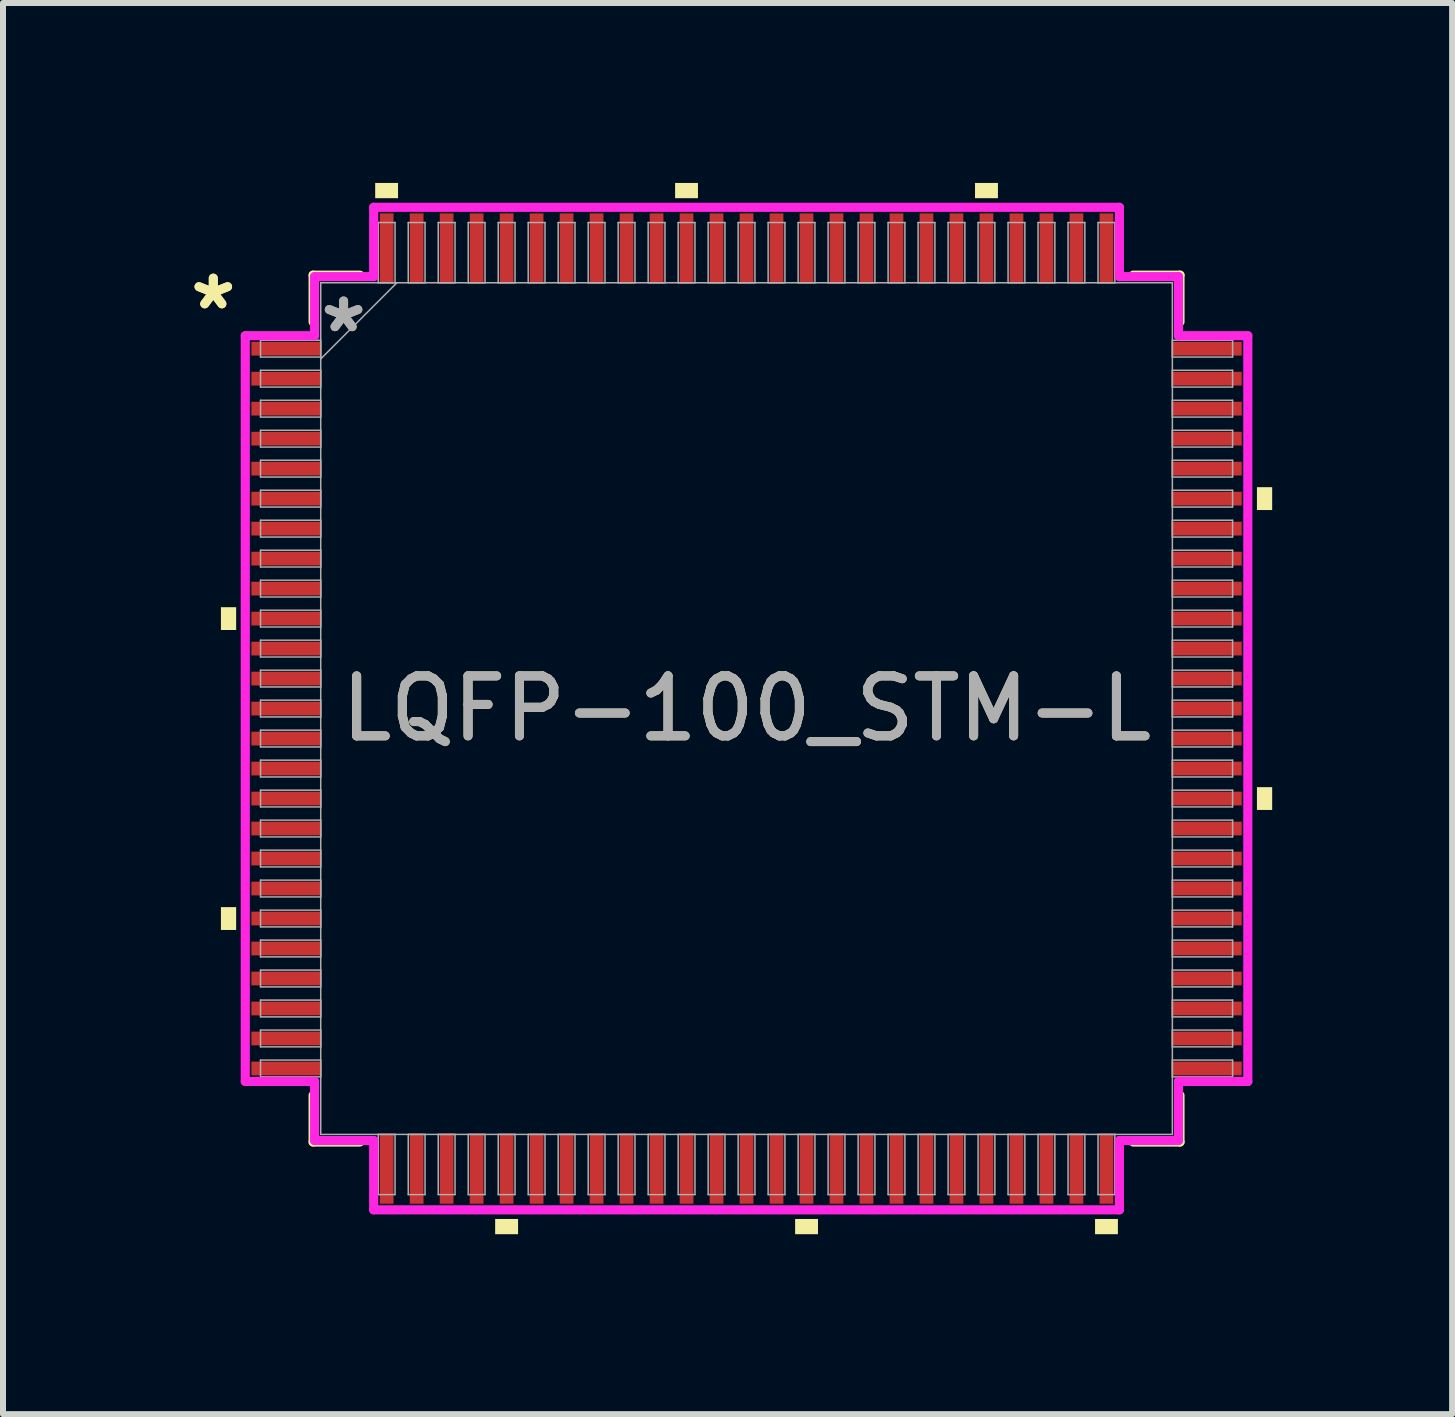
<source format=kicad_pcb>
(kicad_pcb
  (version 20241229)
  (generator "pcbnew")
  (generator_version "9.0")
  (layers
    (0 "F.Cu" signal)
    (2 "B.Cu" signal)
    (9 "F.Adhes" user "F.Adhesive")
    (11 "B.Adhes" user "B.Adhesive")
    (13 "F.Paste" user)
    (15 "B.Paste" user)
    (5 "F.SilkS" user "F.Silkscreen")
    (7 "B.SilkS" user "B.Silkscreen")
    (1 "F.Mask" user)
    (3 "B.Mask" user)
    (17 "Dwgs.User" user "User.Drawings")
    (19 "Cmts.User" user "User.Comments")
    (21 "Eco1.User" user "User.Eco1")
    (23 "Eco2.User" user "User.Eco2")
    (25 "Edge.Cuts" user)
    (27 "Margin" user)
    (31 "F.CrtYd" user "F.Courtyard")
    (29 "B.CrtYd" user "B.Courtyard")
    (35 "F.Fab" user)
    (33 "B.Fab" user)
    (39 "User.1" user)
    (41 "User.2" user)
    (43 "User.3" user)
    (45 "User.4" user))
  (footprint "LQFP-100_STM-L"
    (layer "F.Cu")
    (at 9.396 8.763)
    (property "Reference" "LQFP-100_STM-L" (at 0 0 0) (unlocked yes) (layer "F.SilkS") (effects (font (size 1 1) (thickness 0.15))))
    (attr smd)
    (fp_line (start -7.226 -7.226) (end -7.226 -6.447) (stroke (width 0.152) (type solid)) (layer "F.SilkS"))
    (fp_line (start -7.226 6.447) (end -7.226 7.226) (stroke (width 0.152) (type solid)) (layer "F.SilkS"))
    (fp_line (start -7.226 7.226) (end -6.447 7.226) (stroke (width 0.152) (type solid)) (layer "F.SilkS"))
    (fp_line (start -6.447 -7.226) (end -7.226 -7.226) (stroke (width 0.152) (type solid)) (layer "F.SilkS"))
    (fp_line (start 6.447 7.226) (end 7.226 7.226) (stroke (width 0.152) (type solid)) (layer "F.SilkS"))
    (fp_line (start 7.226 -7.226) (end 6.447 -7.226) (stroke (width 0.152) (type solid)) (layer "F.SilkS"))
    (fp_line (start 7.226 -6.447) (end 7.226 -7.226) (stroke (width 0.152) (type solid)) (layer "F.SilkS"))
    (fp_line (start 7.226 7.226) (end 7.226 6.447) (stroke (width 0.152) (type solid)) (layer "F.SilkS"))
    (fp_poly (pts (xy -8.763 -1.69) (xy -8.763 -1.31) (xy -8.509 -1.31) (xy -8.509 -1.69)) (stroke (width 0) (type solid)) (fill yes) (layer "F.SilkS"))
    (fp_poly (pts (xy -8.763 3.31) (xy -8.763 3.691) (xy -8.509 3.691) (xy -8.509 3.31)) (stroke (width 0) (type solid)) (fill yes) (layer "F.SilkS"))
    (fp_poly (pts (xy -6.191 -8.509) (xy -6.191 -8.763) (xy -5.81 -8.763) (xy -5.81 -8.509)) (stroke (width 0) (type solid)) (fill yes) (layer "F.SilkS"))
    (fp_poly (pts (xy -4.191 8.509) (xy -4.191 8.763) (xy -3.809 8.763) (xy -3.809 8.509)) (stroke (width 0) (type solid)) (fill yes) (layer "F.SilkS"))
    (fp_poly (pts (xy -1.191 -8.509) (xy -1.191 -8.763) (xy -0.81 -8.763) (xy -0.81 -8.509)) (stroke (width 0) (type solid)) (fill yes) (layer "F.SilkS"))
    (fp_poly (pts (xy 0.81 8.509) (xy 0.81 8.763) (xy 1.191 8.763) (xy 1.191 8.509)) (stroke (width 0) (type solid)) (fill yes) (layer "F.SilkS"))
    (fp_poly (pts (xy 3.809 -8.509) (xy 3.809 -8.763) (xy 4.191 -8.763) (xy 4.191 -8.509)) (stroke (width 0) (type solid)) (fill yes) (layer "F.SilkS"))
    (fp_poly (pts (xy 5.81 8.509) (xy 5.81 8.763) (xy 6.191 8.763) (xy 6.191 8.509)) (stroke (width 0) (type solid)) (fill yes) (layer "F.SilkS"))
    (fp_poly (pts (xy 8.763 -3.691) (xy 8.763 -3.31) (xy 8.509 -3.31) (xy 8.509 -3.691)) (stroke (width 0) (type solid)) (fill yes) (layer "F.SilkS"))
    (fp_poly (pts (xy 8.763 1.31) (xy 8.763 1.69) (xy 8.509 1.69) (xy 8.509 1.31)) (stroke (width 0) (type solid)) (fill yes) (layer "F.SilkS"))
    (fp_line (start -8.357 -6.216) (end -7.201 -6.216) (stroke (width 0.152) (type solid)) (layer "F.CrtYd"))
    (fp_line (start -8.357 6.216) (end -8.357 -6.216) (stroke (width 0.152) (type solid)) (layer "F.CrtYd"))
    (fp_line (start -7.201 -7.201) (end -6.216 -7.201) (stroke (width 0.152) (type solid)) (layer "F.CrtYd"))
    (fp_line (start -7.201 -6.216) (end -7.201 -7.201) (stroke (width 0.152) (type solid)) (layer "F.CrtYd"))
    (fp_line (start -7.201 6.216) (end -8.357 6.216) (stroke (width 0.152) (type solid)) (layer "F.CrtYd"))
    (fp_line (start -7.201 7.201) (end -7.201 6.216) (stroke (width 0.152) (type solid)) (layer "F.CrtYd"))
    (fp_line (start -7.201 7.201) (end -6.216 7.201) (stroke (width 0.152) (type solid)) (layer "F.CrtYd"))
    (fp_line (start -6.216 -8.357) (end 6.216 -8.357) (stroke (width 0.152) (type solid)) (layer "F.CrtYd"))
    (fp_line (start -6.216 -7.201) (end -6.216 -8.357) (stroke (width 0.152) (type solid)) (layer "F.CrtYd"))
    (fp_line (start -6.216 7.201) (end -6.216 8.357) (stroke (width 0.152) (type solid)) (layer "F.CrtYd"))
    (fp_line (start -6.216 8.357) (end 6.216 8.357) (stroke (width 0.152) (type solid)) (layer "F.CrtYd"))
    (fp_line (start 6.216 -8.357) (end 6.216 -7.201) (stroke (width 0.152) (type solid)) (layer "F.CrtYd"))
    (fp_line (start 6.216 -7.201) (end 7.201 -7.201) (stroke (width 0.152) (type solid)) (layer "F.CrtYd"))
    (fp_line (start 6.216 7.201) (end 7.201 7.201) (stroke (width 0.152) (type solid)) (layer "F.CrtYd"))
    (fp_line (start 6.216 8.357) (end 6.216 7.201) (stroke (width 0.152) (type solid)) (layer "F.CrtYd"))
    (fp_line (start 7.201 -6.216) (end 7.201 -7.201) (stroke (width 0.152) (type solid)) (layer "F.CrtYd"))
    (fp_line (start 7.201 6.216) (end 8.357 6.216) (stroke (width 0.152) (type solid)) (layer "F.CrtYd"))
    (fp_line (start 7.201 7.201) (end 7.201 6.216) (stroke (width 0.152) (type solid)) (layer "F.CrtYd"))
    (fp_line (start 8.357 -6.216) (end 7.201 -6.216) (stroke (width 0.152) (type solid)) (layer "F.CrtYd"))
    (fp_line (start 8.357 6.216) (end 8.357 -6.216) (stroke (width 0.152) (type solid)) (layer "F.CrtYd"))
    (fp_line (start -8.103 -6.14) (end -8.103 -5.86) (stroke (width 0.025) (type solid)) (layer "F.Fab"))
    (fp_line (start -8.103 -5.86) (end -7.099 -5.86) (stroke (width 0.025) (type solid)) (layer "F.Fab"))
    (fp_line (start -8.103 -5.64) (end -8.103 -5.36) (stroke (width 0.025) (type solid)) (layer "F.Fab"))
    (fp_line (start -8.103 -5.36) (end -7.099 -5.36) (stroke (width 0.025) (type solid)) (layer "F.Fab"))
    (fp_line (start -8.103 -5.14) (end -8.103 -4.86) (stroke (width 0.025) (type solid)) (layer "F.Fab"))
    (fp_line (start -8.103 -4.86) (end -7.099 -4.86) (stroke (width 0.025) (type solid)) (layer "F.Fab"))
    (fp_line (start -8.103 -4.64) (end -8.103 -4.36) (stroke (width 0.025) (type solid)) (layer "F.Fab"))
    (fp_line (start -8.103 -4.36) (end -7.099 -4.36) (stroke (width 0.025) (type solid)) (layer "F.Fab"))
    (fp_line (start -8.103 -4.14) (end -8.103 -3.86) (stroke (width 0.025) (type solid)) (layer "F.Fab"))
    (fp_line (start -8.103 -3.86) (end -7.099 -3.86) (stroke (width 0.025) (type solid)) (layer "F.Fab"))
    (fp_line (start -8.103 -3.64) (end -8.103 -3.36) (stroke (width 0.025) (type solid)) (layer "F.Fab"))
    (fp_line (start -8.103 -3.36) (end -7.099 -3.36) (stroke (width 0.025) (type solid)) (layer "F.Fab"))
    (fp_line (start -8.103 -3.14) (end -8.103 -2.86) (stroke (width 0.025) (type solid)) (layer "F.Fab"))
    (fp_line (start -8.103 -2.86) (end -7.099 -2.86) (stroke (width 0.025) (type solid)) (layer "F.Fab"))
    (fp_line (start -8.103 -2.64) (end -8.103 -2.36) (stroke (width 0.025) (type solid)) (layer "F.Fab"))
    (fp_line (start -8.103 -2.36) (end -7.099 -2.36) (stroke (width 0.025) (type solid)) (layer "F.Fab"))
    (fp_line (start -8.103 -2.14) (end -8.103 -1.86) (stroke (width 0.025) (type solid)) (layer "F.Fab"))
    (fp_line (start -8.103 -1.86) (end -7.099 -1.86) (stroke (width 0.025) (type solid)) (layer "F.Fab"))
    (fp_line (start -8.103 -1.64) (end -8.103 -1.36) (stroke (width 0.025) (type solid)) (layer "F.Fab"))
    (fp_line (start -8.103 -1.36) (end -7.099 -1.36) (stroke (width 0.025) (type solid)) (layer "F.Fab"))
    (fp_line (start -8.103 -1.14) (end -8.103 -0.86) (stroke (width 0.025) (type solid)) (layer "F.Fab"))
    (fp_line (start -8.103 -0.86) (end -7.099 -0.86) (stroke (width 0.025) (type solid)) (layer "F.Fab"))
    (fp_line (start -8.103 -0.64) (end -8.103 -0.36) (stroke (width 0.025) (type solid)) (layer "F.Fab"))
    (fp_line (start -8.103 -0.36) (end -7.099 -0.36) (stroke (width 0.025) (type solid)) (layer "F.Fab"))
    (fp_line (start -8.103 -0.14) (end -8.103 0.14) (stroke (width 0.025) (type solid)) (layer "F.Fab"))
    (fp_line (start -8.103 0.14) (end -7.099 0.14) (stroke (width 0.025) (type solid)) (layer "F.Fab"))
    (fp_line (start -8.103 0.36) (end -8.103 0.64) (stroke (width 0.025) (type solid)) (layer "F.Fab"))
    (fp_line (start -8.103 0.64) (end -7.099 0.64) (stroke (width 0.025) (type solid)) (layer "F.Fab"))
    (fp_line (start -8.103 0.86) (end -8.103 1.14) (stroke (width 0.025) (type solid)) (layer "F.Fab"))
    (fp_line (start -8.103 1.14) (end -7.099 1.14) (stroke (width 0.025) (type solid)) (layer "F.Fab"))
    (fp_line (start -8.103 1.36) (end -8.103 1.64) (stroke (width 0.025) (type solid)) (layer "F.Fab"))
    (fp_line (start -8.103 1.64) (end -7.099 1.64) (stroke (width 0.025) (type solid)) (layer "F.Fab"))
    (fp_line (start -8.103 1.86) (end -8.103 2.14) (stroke (width 0.025) (type solid)) (layer "F.Fab"))
    (fp_line (start -8.103 2.14) (end -7.099 2.14) (stroke (width 0.025) (type solid)) (layer "F.Fab"))
    (fp_line (start -8.103 2.36) (end -8.103 2.64) (stroke (width 0.025) (type solid)) (layer "F.Fab"))
    (fp_line (start -8.103 2.64) (end -7.099 2.64) (stroke (width 0.025) (type solid)) (layer "F.Fab"))
    (fp_line (start -8.103 2.86) (end -8.103 3.14) (stroke (width 0.025) (type solid)) (layer "F.Fab"))
    (fp_line (start -8.103 3.14) (end -7.099 3.14) (stroke (width 0.025) (type solid)) (layer "F.Fab"))
    (fp_line (start -8.103 3.36) (end -8.103 3.64) (stroke (width 0.025) (type solid)) (layer "F.Fab"))
    (fp_line (start -8.103 3.64) (end -7.099 3.64) (stroke (width 0.025) (type solid)) (layer "F.Fab"))
    (fp_line (start -8.103 3.86) (end -8.103 4.14) (stroke (width 0.025) (type solid)) (layer "F.Fab"))
    (fp_line (start -8.103 4.14) (end -7.099 4.14) (stroke (width 0.025) (type solid)) (layer "F.Fab"))
    (fp_line (start -8.103 4.36) (end -8.103 4.64) (stroke (width 0.025) (type solid)) (layer "F.Fab"))
    (fp_line (start -8.103 4.64) (end -7.099 4.64) (stroke (width 0.025) (type solid)) (layer "F.Fab"))
    (fp_line (start -8.103 4.86) (end -8.103 5.14) (stroke (width 0.025) (type solid)) (layer "F.Fab"))
    (fp_line (start -8.103 5.14) (end -7.099 5.14) (stroke (width 0.025) (type solid)) (layer "F.Fab"))
    (fp_line (start -8.103 5.36) (end -8.103 5.64) (stroke (width 0.025) (type solid)) (layer "F.Fab"))
    (fp_line (start -8.103 5.64) (end -7.099 5.64) (stroke (width 0.025) (type solid)) (layer "F.Fab"))
    (fp_line (start -8.103 5.86) (end -8.103 6.14) (stroke (width 0.025) (type solid)) (layer "F.Fab"))
    (fp_line (start -8.103 6.14) (end -7.099 6.14) (stroke (width 0.025) (type solid)) (layer "F.Fab"))
    (fp_line (start -7.099 -7.099) (end -7.099 7.099) (stroke (width 0.025) (type solid)) (layer "F.Fab"))
    (fp_line (start -7.099 -6.14) (end -8.103 -6.14) (stroke (width 0.025) (type solid)) (layer "F.Fab"))
    (fp_line (start -7.099 -5.86) (end -7.099 -6.14) (stroke (width 0.025) (type solid)) (layer "F.Fab"))
    (fp_line (start -7.099 -5.829) (end -5.829 -7.099) (stroke (width 0.025) (type solid)) (layer "F.Fab"))
    (fp_line (start -7.099 -5.64) (end -8.103 -5.64) (stroke (width 0.025) (type solid)) (layer "F.Fab"))
    (fp_line (start -7.099 -5.36) (end -7.099 -5.64) (stroke (width 0.025) (type solid)) (layer "F.Fab"))
    (fp_line (start -7.099 -5.14) (end -8.103 -5.14) (stroke (width 0.025) (type solid)) (layer "F.Fab"))
    (fp_line (start -7.099 -4.86) (end -7.099 -5.14) (stroke (width 0.025) (type solid)) (layer "F.Fab"))
    (fp_line (start -7.099 -4.64) (end -8.103 -4.64) (stroke (width 0.025) (type solid)) (layer "F.Fab"))
    (fp_line (start -7.099 -4.36) (end -7.099 -4.64) (stroke (width 0.025) (type solid)) (layer "F.Fab"))
    (fp_line (start -7.099 -4.14) (end -8.103 -4.14) (stroke (width 0.025) (type solid)) (layer "F.Fab"))
    (fp_line (start -7.099 -3.86) (end -7.099 -4.14) (stroke (width 0.025) (type solid)) (layer "F.Fab"))
    (fp_line (start -7.099 -3.64) (end -8.103 -3.64) (stroke (width 0.025) (type solid)) (layer "F.Fab"))
    (fp_line (start -7.099 -3.36) (end -7.099 -3.64) (stroke (width 0.025) (type solid)) (layer "F.Fab"))
    (fp_line (start -7.099 -3.14) (end -8.103 -3.14) (stroke (width 0.025) (type solid)) (layer "F.Fab"))
    (fp_line (start -7.099 -2.86) (end -7.099 -3.14) (stroke (width 0.025) (type solid)) (layer "F.Fab"))
    (fp_line (start -7.099 -2.64) (end -8.103 -2.64) (stroke (width 0.025) (type solid)) (layer "F.Fab"))
    (fp_line (start -7.099 -2.36) (end -7.099 -2.64) (stroke (width 0.025) (type solid)) (layer "F.Fab"))
    (fp_line (start -7.099 -2.14) (end -8.103 -2.14) (stroke (width 0.025) (type solid)) (layer "F.Fab"))
    (fp_line (start -7.099 -1.86) (end -7.099 -2.14) (stroke (width 0.025) (type solid)) (layer "F.Fab"))
    (fp_line (start -7.099 -1.64) (end -8.103 -1.64) (stroke (width 0.025) (type solid)) (layer "F.Fab"))
    (fp_line (start -7.099 -1.36) (end -7.099 -1.64) (stroke (width 0.025) (type solid)) (layer "F.Fab"))
    (fp_line (start -7.099 -1.14) (end -8.103 -1.14) (stroke (width 0.025) (type solid)) (layer "F.Fab"))
    (fp_line (start -7.099 -0.86) (end -7.099 -1.14) (stroke (width 0.025) (type solid)) (layer "F.Fab"))
    (fp_line (start -7.099 -0.64) (end -8.103 -0.64) (stroke (width 0.025) (type solid)) (layer "F.Fab"))
    (fp_line (start -7.099 -0.36) (end -7.099 -0.64) (stroke (width 0.025) (type solid)) (layer "F.Fab"))
    (fp_line (start -7.099 -0.14) (end -8.103 -0.14) (stroke (width 0.025) (type solid)) (layer "F.Fab"))
    (fp_line (start -7.099 0.14) (end -7.099 -0.14) (stroke (width 0.025) (type solid)) (layer "F.Fab"))
    (fp_line (start -7.099 0.36) (end -8.103 0.36) (stroke (width 0.025) (type solid)) (layer "F.Fab"))
    (fp_line (start -7.099 0.64) (end -7.099 0.36) (stroke (width 0.025) (type solid)) (layer "F.Fab"))
    (fp_line (start -7.099 0.86) (end -8.103 0.86) (stroke (width 0.025) (type solid)) (layer "F.Fab"))
    (fp_line (start -7.099 1.14) (end -7.099 0.86) (stroke (width 0.025) (type solid)) (layer "F.Fab"))
    (fp_line (start -7.099 1.36) (end -8.103 1.36) (stroke (width 0.025) (type solid)) (layer "F.Fab"))
    (fp_line (start -7.099 1.64) (end -7.099 1.36) (stroke (width 0.025) (type solid)) (layer "F.Fab"))
    (fp_line (start -7.099 1.86) (end -8.103 1.86) (stroke (width 0.025) (type solid)) (layer "F.Fab"))
    (fp_line (start -7.099 2.14) (end -7.099 1.86) (stroke (width 0.025) (type solid)) (layer "F.Fab"))
    (fp_line (start -7.099 2.36) (end -8.103 2.36) (stroke (width 0.025) (type solid)) (layer "F.Fab"))
    (fp_line (start -7.099 2.64) (end -7.099 2.36) (stroke (width 0.025) (type solid)) (layer "F.Fab"))
    (fp_line (start -7.099 2.86) (end -8.103 2.86) (stroke (width 0.025) (type solid)) (layer "F.Fab"))
    (fp_line (start -7.099 3.14) (end -7.099 2.86) (stroke (width 0.025) (type solid)) (layer "F.Fab"))
    (fp_line (start -7.099 3.36) (end -8.103 3.36) (stroke (width 0.025) (type solid)) (layer "F.Fab"))
    (fp_line (start -7.099 3.64) (end -7.099 3.36) (stroke (width 0.025) (type solid)) (layer "F.Fab"))
    (fp_line (start -7.099 3.86) (end -8.103 3.86) (stroke (width 0.025) (type solid)) (layer "F.Fab"))
    (fp_line (start -7.099 4.14) (end -7.099 3.86) (stroke (width 0.025) (type solid)) (layer "F.Fab"))
    (fp_line (start -7.099 4.36) (end -8.103 4.36) (stroke (width 0.025) (type solid)) (layer "F.Fab"))
    (fp_line (start -7.099 4.64) (end -7.099 4.36) (stroke (width 0.025) (type solid)) (layer "F.Fab"))
    (fp_line (start -7.099 4.86) (end -8.103 4.86) (stroke (width 0.025) (type solid)) (layer "F.Fab"))
    (fp_line (start -7.099 5.14) (end -7.099 4.86) (stroke (width 0.025) (type solid)) (layer "F.Fab"))
    (fp_line (start -7.099 5.36) (end -8.103 5.36) (stroke (width 0.025) (type solid)) (layer "F.Fab"))
    (fp_line (start -7.099 5.64) (end -7.099 5.36) (stroke (width 0.025) (type solid)) (layer "F.Fab"))
    (fp_line (start -7.099 5.86) (end -8.103 5.86) (stroke (width 0.025) (type solid)) (layer "F.Fab"))
    (fp_line (start -7.099 6.14) (end -7.099 5.86) (stroke (width 0.025) (type solid)) (layer "F.Fab"))
    (fp_line (start -7.099 7.099) (end 7.099 7.099) (stroke (width 0.025) (type solid)) (layer "F.Fab"))
    (fp_line (start -6.14 -8.103) (end -6.14 -7.099) (stroke (width 0.025) (type solid)) (layer "F.Fab"))
    (fp_line (start -6.14 -7.099) (end -5.86 -7.099) (stroke (width 0.025) (type solid)) (layer "F.Fab"))
    (fp_line (start -6.14 7.099) (end -6.14 8.103) (stroke (width 0.025) (type solid)) (layer "F.Fab"))
    (fp_line (start -6.14 8.103) (end -5.86 8.103) (stroke (width 0.025) (type solid)) (layer "F.Fab"))
    (fp_line (start -5.86 -8.103) (end -6.14 -8.103) (stroke (width 0.025) (type solid)) (layer "F.Fab"))
    (fp_line (start -5.86 -7.099) (end -5.86 -8.103) (stroke (width 0.025) (type solid)) (layer "F.Fab"))
    (fp_line (start -5.86 7.099) (end -6.14 7.099) (stroke (width 0.025) (type solid)) (layer "F.Fab"))
    (fp_line (start -5.86 8.103) (end -5.86 7.099) (stroke (width 0.025) (type solid)) (layer "F.Fab"))
    (fp_line (start -5.64 -8.103) (end -5.64 -7.099) (stroke (width 0.025) (type solid)) (layer "F.Fab"))
    (fp_line (start -5.64 -7.099) (end -5.36 -7.099) (stroke (width 0.025) (type solid)) (layer "F.Fab"))
    (fp_line (start -5.64 7.099) (end -5.64 8.103) (stroke (width 0.025) (type solid)) (layer "F.Fab"))
    (fp_line (start -5.64 8.103) (end -5.36 8.103) (stroke (width 0.025) (type solid)) (layer "F.Fab"))
    (fp_line (start -5.36 -8.103) (end -5.64 -8.103) (stroke (width 0.025) (type solid)) (layer "F.Fab"))
    (fp_line (start -5.36 -7.099) (end -5.36 -8.103) (stroke (width 0.025) (type solid)) (layer "F.Fab"))
    (fp_line (start -5.36 7.099) (end -5.64 7.099) (stroke (width 0.025) (type solid)) (layer "F.Fab"))
    (fp_line (start -5.36 8.103) (end -5.36 7.099) (stroke (width 0.025) (type solid)) (layer "F.Fab"))
    (fp_line (start -5.14 -8.103) (end -5.14 -7.099) (stroke (width 0.025) (type solid)) (layer "F.Fab"))
    (fp_line (start -5.14 -7.099) (end -4.86 -7.099) (stroke (width 0.025) (type solid)) (layer "F.Fab"))
    (fp_line (start -5.14 7.099) (end -5.14 8.103) (stroke (width 0.025) (type solid)) (layer "F.Fab"))
    (fp_line (start -5.14 8.103) (end -4.86 8.103) (stroke (width 0.025) (type solid)) (layer "F.Fab"))
    (fp_line (start -4.86 -8.103) (end -5.14 -8.103) (stroke (width 0.025) (type solid)) (layer "F.Fab"))
    (fp_line (start -4.86 -7.099) (end -4.86 -8.103) (stroke (width 0.025) (type solid)) (layer "F.Fab"))
    (fp_line (start -4.86 7.099) (end -5.14 7.099) (stroke (width 0.025) (type solid)) (layer "F.Fab"))
    (fp_line (start -4.86 8.103) (end -4.86 7.099) (stroke (width 0.025) (type solid)) (layer "F.Fab"))
    (fp_line (start -4.64 -8.103) (end -4.64 -7.099) (stroke (width 0.025) (type solid)) (layer "F.Fab"))
    (fp_line (start -4.64 -7.099) (end -4.36 -7.099) (stroke (width 0.025) (type solid)) (layer "F.Fab"))
    (fp_line (start -4.64 7.099) (end -4.64 8.103) (stroke (width 0.025) (type solid)) (layer "F.Fab"))
    (fp_line (start -4.64 8.103) (end -4.36 8.103) (stroke (width 0.025) (type solid)) (layer "F.Fab"))
    (fp_line (start -4.36 -8.103) (end -4.64 -8.103) (stroke (width 0.025) (type solid)) (layer "F.Fab"))
    (fp_line (start -4.36 -7.099) (end -4.36 -8.103) (stroke (width 0.025) (type solid)) (layer "F.Fab"))
    (fp_line (start -4.36 7.099) (end -4.64 7.099) (stroke (width 0.025) (type solid)) (layer "F.Fab"))
    (fp_line (start -4.36 8.103) (end -4.36 7.099) (stroke (width 0.025) (type solid)) (layer "F.Fab"))
    (fp_line (start -4.14 -8.103) (end -4.14 -7.099) (stroke (width 0.025) (type solid)) (layer "F.Fab"))
    (fp_line (start -4.14 -7.099) (end -3.86 -7.099) (stroke (width 0.025) (type solid)) (layer "F.Fab"))
    (fp_line (start -4.14 7.099) (end -4.14 8.103) (stroke (width 0.025) (type solid)) (layer "F.Fab"))
    (fp_line (start -4.14 8.103) (end -3.86 8.103) (stroke (width 0.025) (type solid)) (layer "F.Fab"))
    (fp_line (start -3.86 -8.103) (end -4.14 -8.103) (stroke (width 0.025) (type solid)) (layer "F.Fab"))
    (fp_line (start -3.86 -7.099) (end -3.86 -8.103) (stroke (width 0.025) (type solid)) (layer "F.Fab"))
    (fp_line (start -3.86 7.099) (end -4.14 7.099) (stroke (width 0.025) (type solid)) (layer "F.Fab"))
    (fp_line (start -3.86 8.103) (end -3.86 7.099) (stroke (width 0.025) (type solid)) (layer "F.Fab"))
    (fp_line (start -3.64 -8.103) (end -3.64 -7.099) (stroke (width 0.025) (type solid)) (layer "F.Fab"))
    (fp_line (start -3.64 -7.099) (end -3.36 -7.099) (stroke (width 0.025) (type solid)) (layer "F.Fab"))
    (fp_line (start -3.64 7.099) (end -3.64 8.103) (stroke (width 0.025) (type solid)) (layer "F.Fab"))
    (fp_line (start -3.64 8.103) (end -3.36 8.103) (stroke (width 0.025) (type solid)) (layer "F.Fab"))
    (fp_line (start -3.36 -8.103) (end -3.64 -8.103) (stroke (width 0.025) (type solid)) (layer "F.Fab"))
    (fp_line (start -3.36 -7.099) (end -3.36 -8.103) (stroke (width 0.025) (type solid)) (layer "F.Fab"))
    (fp_line (start -3.36 7.099) (end -3.64 7.099) (stroke (width 0.025) (type solid)) (layer "F.Fab"))
    (fp_line (start -3.36 8.103) (end -3.36 7.099) (stroke (width 0.025) (type solid)) (layer "F.Fab"))
    (fp_line (start -3.14 -8.103) (end -3.14 -7.099) (stroke (width 0.025) (type solid)) (layer "F.Fab"))
    (fp_line (start -3.14 -7.099) (end -2.86 -7.099) (stroke (width 0.025) (type solid)) (layer "F.Fab"))
    (fp_line (start -3.14 7.099) (end -3.14 8.103) (stroke (width 0.025) (type solid)) (layer "F.Fab"))
    (fp_line (start -3.14 8.103) (end -2.86 8.103) (stroke (width 0.025) (type solid)) (layer "F.Fab"))
    (fp_line (start -2.86 -8.103) (end -3.14 -8.103) (stroke (width 0.025) (type solid)) (layer "F.Fab"))
    (fp_line (start -2.86 -7.099) (end -2.86 -8.103) (stroke (width 0.025) (type solid)) (layer "F.Fab"))
    (fp_line (start -2.86 7.099) (end -3.14 7.099) (stroke (width 0.025) (type solid)) (layer "F.Fab"))
    (fp_line (start -2.86 8.103) (end -2.86 7.099) (stroke (width 0.025) (type solid)) (layer "F.Fab"))
    (fp_line (start -2.64 -8.103) (end -2.64 -7.099) (stroke (width 0.025) (type solid)) (layer "F.Fab"))
    (fp_line (start -2.64 -7.099) (end -2.36 -7.099) (stroke (width 0.025) (type solid)) (layer "F.Fab"))
    (fp_line (start -2.64 7.099) (end -2.64 8.103) (stroke (width 0.025) (type solid)) (layer "F.Fab"))
    (fp_line (start -2.64 8.103) (end -2.36 8.103) (stroke (width 0.025) (type solid)) (layer "F.Fab"))
    (fp_line (start -2.36 -8.103) (end -2.64 -8.103) (stroke (width 0.025) (type solid)) (layer "F.Fab"))
    (fp_line (start -2.36 -7.099) (end -2.36 -8.103) (stroke (width 0.025) (type solid)) (layer "F.Fab"))
    (fp_line (start -2.36 7.099) (end -2.64 7.099) (stroke (width 0.025) (type solid)) (layer "F.Fab"))
    (fp_line (start -2.36 8.103) (end -2.36 7.099) (stroke (width 0.025) (type solid)) (layer "F.Fab"))
    (fp_line (start -2.14 -8.103) (end -2.14 -7.099) (stroke (width 0.025) (type solid)) (layer "F.Fab"))
    (fp_line (start -2.14 -7.099) (end -1.86 -7.099) (stroke (width 0.025) (type solid)) (layer "F.Fab"))
    (fp_line (start -2.14 7.099) (end -2.14 8.103) (stroke (width 0.025) (type solid)) (layer "F.Fab"))
    (fp_line (start -2.14 8.103) (end -1.86 8.103) (stroke (width 0.025) (type solid)) (layer "F.Fab"))
    (fp_line (start -1.86 -8.103) (end -2.14 -8.103) (stroke (width 0.025) (type solid)) (layer "F.Fab"))
    (fp_line (start -1.86 -7.099) (end -1.86 -8.103) (stroke (width 0.025) (type solid)) (layer "F.Fab"))
    (fp_line (start -1.86 7.099) (end -2.14 7.099) (stroke (width 0.025) (type solid)) (layer "F.Fab"))
    (fp_line (start -1.86 8.103) (end -1.86 7.099) (stroke (width 0.025) (type solid)) (layer "F.Fab"))
    (fp_line (start -1.64 -8.103) (end -1.64 -7.099) (stroke (width 0.025) (type solid)) (layer "F.Fab"))
    (fp_line (start -1.64 -7.099) (end -1.36 -7.099) (stroke (width 0.025) (type solid)) (layer "F.Fab"))
    (fp_line (start -1.64 7.099) (end -1.64 8.103) (stroke (width 0.025) (type solid)) (layer "F.Fab"))
    (fp_line (start -1.64 8.103) (end -1.36 8.103) (stroke (width 0.025) (type solid)) (layer "F.Fab"))
    (fp_line (start -1.36 -8.103) (end -1.64 -8.103) (stroke (width 0.025) (type solid)) (layer "F.Fab"))
    (fp_line (start -1.36 -7.099) (end -1.36 -8.103) (stroke (width 0.025) (type solid)) (layer "F.Fab"))
    (fp_line (start -1.36 7.099) (end -1.64 7.099) (stroke (width 0.025) (type solid)) (layer "F.Fab"))
    (fp_line (start -1.36 8.103) (end -1.36 7.099) (stroke (width 0.025) (type solid)) (layer "F.Fab"))
    (fp_line (start -1.14 -8.103) (end -1.14 -7.099) (stroke (width 0.025) (type solid)) (layer "F.Fab"))
    (fp_line (start -1.14 -7.099) (end -0.86 -7.099) (stroke (width 0.025) (type solid)) (layer "F.Fab"))
    (fp_line (start -1.14 7.099) (end -1.14 8.103) (stroke (width 0.025) (type solid)) (layer "F.Fab"))
    (fp_line (start -1.14 8.103) (end -0.86 8.103) (stroke (width 0.025) (type solid)) (layer "F.Fab"))
    (fp_line (start -0.86 -8.103) (end -1.14 -8.103) (stroke (width 0.025) (type solid)) (layer "F.Fab"))
    (fp_line (start -0.86 -7.099) (end -0.86 -8.103) (stroke (width 0.025) (type solid)) (layer "F.Fab"))
    (fp_line (start -0.86 7.099) (end -1.14 7.099) (stroke (width 0.025) (type solid)) (layer "F.Fab"))
    (fp_line (start -0.86 8.103) (end -0.86 7.099) (stroke (width 0.025) (type solid)) (layer "F.Fab"))
    (fp_line (start -0.64 -8.103) (end -0.64 -7.099) (stroke (width 0.025) (type solid)) (layer "F.Fab"))
    (fp_line (start -0.64 -7.099) (end -0.36 -7.099) (stroke (width 0.025) (type solid)) (layer "F.Fab"))
    (fp_line (start -0.64 7.099) (end -0.64 8.103) (stroke (width 0.025) (type solid)) (layer "F.Fab"))
    (fp_line (start -0.64 8.103) (end -0.36 8.103) (stroke (width 0.025) (type solid)) (layer "F.Fab"))
    (fp_line (start -0.36 -8.103) (end -0.64 -8.103) (stroke (width 0.025) (type solid)) (layer "F.Fab"))
    (fp_line (start -0.36 -7.099) (end -0.36 -8.103) (stroke (width 0.025) (type solid)) (layer "F.Fab"))
    (fp_line (start -0.36 7.099) (end -0.64 7.099) (stroke (width 0.025) (type solid)) (layer "F.Fab"))
    (fp_line (start -0.36 8.103) (end -0.36 7.099) (stroke (width 0.025) (type solid)) (layer "F.Fab"))
    (fp_line (start -0.14 -8.103) (end -0.14 -7.099) (stroke (width 0.025) (type solid)) (layer "F.Fab"))
    (fp_line (start -0.14 -7.099) (end 0.14 -7.099) (stroke (width 0.025) (type solid)) (layer "F.Fab"))
    (fp_line (start -0.14 7.099) (end -0.14 8.103) (stroke (width 0.025) (type solid)) (layer "F.Fab"))
    (fp_line (start -0.14 8.103) (end 0.14 8.103) (stroke (width 0.025) (type solid)) (layer "F.Fab"))
    (fp_line (start 0.14 -8.103) (end -0.14 -8.103) (stroke (width 0.025) (type solid)) (layer "F.Fab"))
    (fp_line (start 0.14 -7.099) (end 0.14 -8.103) (stroke (width 0.025) (type solid)) (layer "F.Fab"))
    (fp_line (start 0.14 7.099) (end -0.14 7.099) (stroke (width 0.025) (type solid)) (layer "F.Fab"))
    (fp_line (start 0.14 8.103) (end 0.14 7.099) (stroke (width 0.025) (type solid)) (layer "F.Fab"))
    (fp_line (start 0.36 -8.103) (end 0.36 -7.099) (stroke (width 0.025) (type solid)) (layer "F.Fab"))
    (fp_line (start 0.36 -7.099) (end 0.64 -7.099) (stroke (width 0.025) (type solid)) (layer "F.Fab"))
    (fp_line (start 0.36 7.099) (end 0.36 8.103) (stroke (width 0.025) (type solid)) (layer "F.Fab"))
    (fp_line (start 0.36 8.103) (end 0.64 8.103) (stroke (width 0.025) (type solid)) (layer "F.Fab"))
    (fp_line (start 0.64 -8.103) (end 0.36 -8.103) (stroke (width 0.025) (type solid)) (layer "F.Fab"))
    (fp_line (start 0.64 -7.099) (end 0.64 -8.103) (stroke (width 0.025) (type solid)) (layer "F.Fab"))
    (fp_line (start 0.64 7.099) (end 0.36 7.099) (stroke (width 0.025) (type solid)) (layer "F.Fab"))
    (fp_line (start 0.64 8.103) (end 0.64 7.099) (stroke (width 0.025) (type solid)) (layer "F.Fab"))
    (fp_line (start 0.86 -8.103) (end 0.86 -7.099) (stroke (width 0.025) (type solid)) (layer "F.Fab"))
    (fp_line (start 0.86 -7.099) (end 1.14 -7.099) (stroke (width 0.025) (type solid)) (layer "F.Fab"))
    (fp_line (start 0.86 7.099) (end 0.86 8.103) (stroke (width 0.025) (type solid)) (layer "F.Fab"))
    (fp_line (start 0.86 8.103) (end 1.14 8.103) (stroke (width 0.025) (type solid)) (layer "F.Fab"))
    (fp_line (start 1.14 -8.103) (end 0.86 -8.103) (stroke (width 0.025) (type solid)) (layer "F.Fab"))
    (fp_line (start 1.14 -7.099) (end 1.14 -8.103) (stroke (width 0.025) (type solid)) (layer "F.Fab"))
    (fp_line (start 1.14 7.099) (end 0.86 7.099) (stroke (width 0.025) (type solid)) (layer "F.Fab"))
    (fp_line (start 1.14 8.103) (end 1.14 7.099) (stroke (width 0.025) (type solid)) (layer "F.Fab"))
    (fp_line (start 1.36 -8.103) (end 1.36 -7.099) (stroke (width 0.025) (type solid)) (layer "F.Fab"))
    (fp_line (start 1.36 -7.099) (end 1.64 -7.099) (stroke (width 0.025) (type solid)) (layer "F.Fab"))
    (fp_line (start 1.36 7.099) (end 1.36 8.103) (stroke (width 0.025) (type solid)) (layer "F.Fab"))
    (fp_line (start 1.36 8.103) (end 1.64 8.103) (stroke (width 0.025) (type solid)) (layer "F.Fab"))
    (fp_line (start 1.64 -8.103) (end 1.36 -8.103) (stroke (width 0.025) (type solid)) (layer "F.Fab"))
    (fp_line (start 1.64 -7.099) (end 1.64 -8.103) (stroke (width 0.025) (type solid)) (layer "F.Fab"))
    (fp_line (start 1.64 7.099) (end 1.36 7.099) (stroke (width 0.025) (type solid)) (layer "F.Fab"))
    (fp_line (start 1.64 8.103) (end 1.64 7.099) (stroke (width 0.025) (type solid)) (layer "F.Fab"))
    (fp_line (start 1.86 -8.103) (end 1.86 -7.099) (stroke (width 0.025) (type solid)) (layer "F.Fab"))
    (fp_line (start 1.86 -7.099) (end 2.14 -7.099) (stroke (width 0.025) (type solid)) (layer "F.Fab"))
    (fp_line (start 1.86 7.099) (end 1.86 8.103) (stroke (width 0.025) (type solid)) (layer "F.Fab"))
    (fp_line (start 1.86 8.103) (end 2.14 8.103) (stroke (width 0.025) (type solid)) (layer "F.Fab"))
    (fp_line (start 2.14 -8.103) (end 1.86 -8.103) (stroke (width 0.025) (type solid)) (layer "F.Fab"))
    (fp_line (start 2.14 -7.099) (end 2.14 -8.103) (stroke (width 0.025) (type solid)) (layer "F.Fab"))
    (fp_line (start 2.14 7.099) (end 1.86 7.099) (stroke (width 0.025) (type solid)) (layer "F.Fab"))
    (fp_line (start 2.14 8.103) (end 2.14 7.099) (stroke (width 0.025) (type solid)) (layer "F.Fab"))
    (fp_line (start 2.36 -8.103) (end 2.36 -7.099) (stroke (width 0.025) (type solid)) (layer "F.Fab"))
    (fp_line (start 2.36 -7.099) (end 2.64 -7.099) (stroke (width 0.025) (type solid)) (layer "F.Fab"))
    (fp_line (start 2.36 7.099) (end 2.36 8.103) (stroke (width 0.025) (type solid)) (layer "F.Fab"))
    (fp_line (start 2.36 8.103) (end 2.64 8.103) (stroke (width 0.025) (type solid)) (layer "F.Fab"))
    (fp_line (start 2.64 -8.103) (end 2.36 -8.103) (stroke (width 0.025) (type solid)) (layer "F.Fab"))
    (fp_line (start 2.64 -7.099) (end 2.64 -8.103) (stroke (width 0.025) (type solid)) (layer "F.Fab"))
    (fp_line (start 2.64 7.099) (end 2.36 7.099) (stroke (width 0.025) (type solid)) (layer "F.Fab"))
    (fp_line (start 2.64 8.103) (end 2.64 7.099) (stroke (width 0.025) (type solid)) (layer "F.Fab"))
    (fp_line (start 2.86 -8.103) (end 2.86 -7.099) (stroke (width 0.025) (type solid)) (layer "F.Fab"))
    (fp_line (start 2.86 -7.099) (end 3.14 -7.099) (stroke (width 0.025) (type solid)) (layer "F.Fab"))
    (fp_line (start 2.86 7.099) (end 2.86 8.103) (stroke (width 0.025) (type solid)) (layer "F.Fab"))
    (fp_line (start 2.86 8.103) (end 3.14 8.103) (stroke (width 0.025) (type solid)) (layer "F.Fab"))
    (fp_line (start 3.14 -8.103) (end 2.86 -8.103) (stroke (width 0.025) (type solid)) (layer "F.Fab"))
    (fp_line (start 3.14 -7.099) (end 3.14 -8.103) (stroke (width 0.025) (type solid)) (layer "F.Fab"))
    (fp_line (start 3.14 7.099) (end 2.86 7.099) (stroke (width 0.025) (type solid)) (layer "F.Fab"))
    (fp_line (start 3.14 8.103) (end 3.14 7.099) (stroke (width 0.025) (type solid)) (layer "F.Fab"))
    (fp_line (start 3.36 -8.103) (end 3.36 -7.099) (stroke (width 0.025) (type solid)) (layer "F.Fab"))
    (fp_line (start 3.36 -7.099) (end 3.64 -7.099) (stroke (width 0.025) (type solid)) (layer "F.Fab"))
    (fp_line (start 3.36 7.099) (end 3.36 8.103) (stroke (width 0.025) (type solid)) (layer "F.Fab"))
    (fp_line (start 3.36 8.103) (end 3.64 8.103) (stroke (width 0.025) (type solid)) (layer "F.Fab"))
    (fp_line (start 3.64 -8.103) (end 3.36 -8.103) (stroke (width 0.025) (type solid)) (layer "F.Fab"))
    (fp_line (start 3.64 -7.099) (end 3.64 -8.103) (stroke (width 0.025) (type solid)) (layer "F.Fab"))
    (fp_line (start 3.64 7.099) (end 3.36 7.099) (stroke (width 0.025) (type solid)) (layer "F.Fab"))
    (fp_line (start 3.64 8.103) (end 3.64 7.099) (stroke (width 0.025) (type solid)) (layer "F.Fab"))
    (fp_line (start 3.86 -8.103) (end 3.86 -7.099) (stroke (width 0.025) (type solid)) (layer "F.Fab"))
    (fp_line (start 3.86 -7.099) (end 4.14 -7.099) (stroke (width 0.025) (type solid)) (layer "F.Fab"))
    (fp_line (start 3.86 7.099) (end 3.86 8.103) (stroke (width 0.025) (type solid)) (layer "F.Fab"))
    (fp_line (start 3.86 8.103) (end 4.14 8.103) (stroke (width 0.025) (type solid)) (layer "F.Fab"))
    (fp_line (start 4.14 -8.103) (end 3.86 -8.103) (stroke (width 0.025) (type solid)) (layer "F.Fab"))
    (fp_line (start 4.14 -7.099) (end 4.14 -8.103) (stroke (width 0.025) (type solid)) (layer "F.Fab"))
    (fp_line (start 4.14 7.099) (end 3.86 7.099) (stroke (width 0.025) (type solid)) (layer "F.Fab"))
    (fp_line (start 4.14 8.103) (end 4.14 7.099) (stroke (width 0.025) (type solid)) (layer "F.Fab"))
    (fp_line (start 4.36 -8.103) (end 4.36 -7.099) (stroke (width 0.025) (type solid)) (layer "F.Fab"))
    (fp_line (start 4.36 -7.099) (end 4.64 -7.099) (stroke (width 0.025) (type solid)) (layer "F.Fab"))
    (fp_line (start 4.36 7.099) (end 4.36 8.103) (stroke (width 0.025) (type solid)) (layer "F.Fab"))
    (fp_line (start 4.36 8.103) (end 4.64 8.103) (stroke (width 0.025) (type solid)) (layer "F.Fab"))
    (fp_line (start 4.64 -8.103) (end 4.36 -8.103) (stroke (width 0.025) (type solid)) (layer "F.Fab"))
    (fp_line (start 4.64 -7.099) (end 4.64 -8.103) (stroke (width 0.025) (type solid)) (layer "F.Fab"))
    (fp_line (start 4.64 7.099) (end 4.36 7.099) (stroke (width 0.025) (type solid)) (layer "F.Fab"))
    (fp_line (start 4.64 8.103) (end 4.64 7.099) (stroke (width 0.025) (type solid)) (layer "F.Fab"))
    (fp_line (start 4.86 -8.103) (end 4.86 -7.099) (stroke (width 0.025) (type solid)) (layer "F.Fab"))
    (fp_line (start 4.86 -7.099) (end 5.14 -7.099) (stroke (width 0.025) (type solid)) (layer "F.Fab"))
    (fp_line (start 4.86 7.099) (end 4.86 8.103) (stroke (width 0.025) (type solid)) (layer "F.Fab"))
    (fp_line (start 4.86 8.103) (end 5.14 8.103) (stroke (width 0.025) (type solid)) (layer "F.Fab"))
    (fp_line (start 5.14 -8.103) (end 4.86 -8.103) (stroke (width 0.025) (type solid)) (layer "F.Fab"))
    (fp_line (start 5.14 -7.099) (end 5.14 -8.103) (stroke (width 0.025) (type solid)) (layer "F.Fab"))
    (fp_line (start 5.14 7.099) (end 4.86 7.099) (stroke (width 0.025) (type solid)) (layer "F.Fab"))
    (fp_line (start 5.14 8.103) (end 5.14 7.099) (stroke (width 0.025) (type solid)) (layer "F.Fab"))
    (fp_line (start 5.36 -8.103) (end 5.36 -7.099) (stroke (width 0.025) (type solid)) (layer "F.Fab"))
    (fp_line (start 5.36 -7.099) (end 5.64 -7.099) (stroke (width 0.025) (type solid)) (layer "F.Fab"))
    (fp_line (start 5.36 7.099) (end 5.36 8.103) (stroke (width 0.025) (type solid)) (layer "F.Fab"))
    (fp_line (start 5.36 8.103) (end 5.64 8.103) (stroke (width 0.025) (type solid)) (layer "F.Fab"))
    (fp_line (start 5.64 -8.103) (end 5.36 -8.103) (stroke (width 0.025) (type solid)) (layer "F.Fab"))
    (fp_line (start 5.64 -7.099) (end 5.64 -8.103) (stroke (width 0.025) (type solid)) (layer "F.Fab"))
    (fp_line (start 5.64 7.099) (end 5.36 7.099) (stroke (width 0.025) (type solid)) (layer "F.Fab"))
    (fp_line (start 5.64 8.103) (end 5.64 7.099) (stroke (width 0.025) (type solid)) (layer "F.Fab"))
    (fp_line (start 5.86 -8.103) (end 5.86 -7.099) (stroke (width 0.025) (type solid)) (layer "F.Fab"))
    (fp_line (start 5.86 -7.099) (end 6.14 -7.099) (stroke (width 0.025) (type solid)) (layer "F.Fab"))
    (fp_line (start 5.86 7.099) (end 5.86 8.103) (stroke (width 0.025) (type solid)) (layer "F.Fab"))
    (fp_line (start 5.86 8.103) (end 6.14 8.103) (stroke (width 0.025) (type solid)) (layer "F.Fab"))
    (fp_line (start 6.14 -8.103) (end 5.86 -8.103) (stroke (width 0.025) (type solid)) (layer "F.Fab"))
    (fp_line (start 6.14 -7.099) (end 6.14 -8.103) (stroke (width 0.025) (type solid)) (layer "F.Fab"))
    (fp_line (start 6.14 7.099) (end 5.86 7.099) (stroke (width 0.025) (type solid)) (layer "F.Fab"))
    (fp_line (start 6.14 8.103) (end 6.14 7.099) (stroke (width 0.025) (type solid)) (layer "F.Fab"))
    (fp_line (start 7.099 -7.099) (end -7.099 -7.099) (stroke (width 0.025) (type solid)) (layer "F.Fab"))
    (fp_line (start 7.099 -6.14) (end 7.099 -5.86) (stroke (width 0.025) (type solid)) (layer "F.Fab"))
    (fp_line (start 7.099 -5.86) (end 8.103 -5.86) (stroke (width 0.025) (type solid)) (layer "F.Fab"))
    (fp_line (start 7.099 -5.64) (end 7.099 -5.36) (stroke (width 0.025) (type solid)) (layer "F.Fab"))
    (fp_line (start 7.099 -5.36) (end 8.103 -5.36) (stroke (width 0.025) (type solid)) (layer "F.Fab"))
    (fp_line (start 7.099 -5.14) (end 7.099 -4.86) (stroke (width 0.025) (type solid)) (layer "F.Fab"))
    (fp_line (start 7.099 -4.86) (end 8.103 -4.86) (stroke (width 0.025) (type solid)) (layer "F.Fab"))
    (fp_line (start 7.099 -4.64) (end 7.099 -4.36) (stroke (width 0.025) (type solid)) (layer "F.Fab"))
    (fp_line (start 7.099 -4.36) (end 8.103 -4.36) (stroke (width 0.025) (type solid)) (layer "F.Fab"))
    (fp_line (start 7.099 -4.14) (end 7.099 -3.86) (stroke (width 0.025) (type solid)) (layer "F.Fab"))
    (fp_line (start 7.099 -3.86) (end 8.103 -3.86) (stroke (width 0.025) (type solid)) (layer "F.Fab"))
    (fp_line (start 7.099 -3.64) (end 7.099 -3.36) (stroke (width 0.025) (type solid)) (layer "F.Fab"))
    (fp_line (start 7.099 -3.36) (end 8.103 -3.36) (stroke (width 0.025) (type solid)) (layer "F.Fab"))
    (fp_line (start 7.099 -3.14) (end 7.099 -2.86) (stroke (width 0.025) (type solid)) (layer "F.Fab"))
    (fp_line (start 7.099 -2.86) (end 8.103 -2.86) (stroke (width 0.025) (type solid)) (layer "F.Fab"))
    (fp_line (start 7.099 -2.64) (end 7.099 -2.36) (stroke (width 0.025) (type solid)) (layer "F.Fab"))
    (fp_line (start 7.099 -2.36) (end 8.103 -2.36) (stroke (width 0.025) (type solid)) (layer "F.Fab"))
    (fp_line (start 7.099 -2.14) (end 7.099 -1.86) (stroke (width 0.025) (type solid)) (layer "F.Fab"))
    (fp_line (start 7.099 -1.86) (end 8.103 -1.86) (stroke (width 0.025) (type solid)) (layer "F.Fab"))
    (fp_line (start 7.099 -1.64) (end 7.099 -1.36) (stroke (width 0.025) (type solid)) (layer "F.Fab"))
    (fp_line (start 7.099 -1.36) (end 8.103 -1.36) (stroke (width 0.025) (type solid)) (layer "F.Fab"))
    (fp_line (start 7.099 -1.14) (end 7.099 -0.86) (stroke (width 0.025) (type solid)) (layer "F.Fab"))
    (fp_line (start 7.099 -0.86) (end 8.103 -0.86) (stroke (width 0.025) (type solid)) (layer "F.Fab"))
    (fp_line (start 7.099 -0.64) (end 7.099 -0.36) (stroke (width 0.025) (type solid)) (layer "F.Fab"))
    (fp_line (start 7.099 -0.36) (end 8.103 -0.36) (stroke (width 0.025) (type solid)) (layer "F.Fab"))
    (fp_line (start 7.099 -0.14) (end 7.099 0.14) (stroke (width 0.025) (type solid)) (layer "F.Fab"))
    (fp_line (start 7.099 0.14) (end 8.103 0.14) (stroke (width 0.025) (type solid)) (layer "F.Fab"))
    (fp_line (start 7.099 0.36) (end 7.099 0.64) (stroke (width 0.025) (type solid)) (layer "F.Fab"))
    (fp_line (start 7.099 0.64) (end 8.103 0.64) (stroke (width 0.025) (type solid)) (layer "F.Fab"))
    (fp_line (start 7.099 0.86) (end 7.099 1.14) (stroke (width 0.025) (type solid)) (layer "F.Fab"))
    (fp_line (start 7.099 1.14) (end 8.103 1.14) (stroke (width 0.025) (type solid)) (layer "F.Fab"))
    (fp_line (start 7.099 1.36) (end 7.099 1.64) (stroke (width 0.025) (type solid)) (layer "F.Fab"))
    (fp_line (start 7.099 1.64) (end 8.103 1.64) (stroke (width 0.025) (type solid)) (layer "F.Fab"))
    (fp_line (start 7.099 1.86) (end 7.099 2.14) (stroke (width 0.025) (type solid)) (layer "F.Fab"))
    (fp_line (start 7.099 2.14) (end 8.103 2.14) (stroke (width 0.025) (type solid)) (layer "F.Fab"))
    (fp_line (start 7.099 2.36) (end 7.099 2.64) (stroke (width 0.025) (type solid)) (layer "F.Fab"))
    (fp_line (start 7.099 2.64) (end 8.103 2.64) (stroke (width 0.025) (type solid)) (layer "F.Fab"))
    (fp_line (start 7.099 2.86) (end 7.099 3.14) (stroke (width 0.025) (type solid)) (layer "F.Fab"))
    (fp_line (start 7.099 3.14) (end 8.103 3.14) (stroke (width 0.025) (type solid)) (layer "F.Fab"))
    (fp_line (start 7.099 3.36) (end 7.099 3.64) (stroke (width 0.025) (type solid)) (layer "F.Fab"))
    (fp_line (start 7.099 3.64) (end 8.103 3.64) (stroke (width 0.025) (type solid)) (layer "F.Fab"))
    (fp_line (start 7.099 3.86) (end 7.099 4.14) (stroke (width 0.025) (type solid)) (layer "F.Fab"))
    (fp_line (start 7.099 4.14) (end 8.103 4.14) (stroke (width 0.025) (type solid)) (layer "F.Fab"))
    (fp_line (start 7.099 4.36) (end 7.099 4.64) (stroke (width 0.025) (type solid)) (layer "F.Fab"))
    (fp_line (start 7.099 4.64) (end 8.103 4.64) (stroke (width 0.025) (type solid)) (layer "F.Fab"))
    (fp_line (start 7.099 4.86) (end 7.099 5.14) (stroke (width 0.025) (type solid)) (layer "F.Fab"))
    (fp_line (start 7.099 5.14) (end 8.103 5.14) (stroke (width 0.025) (type solid)) (layer "F.Fab"))
    (fp_line (start 7.099 5.36) (end 7.099 5.64) (stroke (width 0.025) (type solid)) (layer "F.Fab"))
    (fp_line (start 7.099 5.64) (end 8.103 5.64) (stroke (width 0.025) (type solid)) (layer "F.Fab"))
    (fp_line (start 7.099 5.86) (end 7.099 6.14) (stroke (width 0.025) (type solid)) (layer "F.Fab"))
    (fp_line (start 7.099 6.14) (end 8.103 6.14) (stroke (width 0.025) (type solid)) (layer "F.Fab"))
    (fp_line (start 7.099 7.099) (end 7.099 -7.099) (stroke (width 0.025) (type solid)) (layer "F.Fab"))
    (fp_line (start 8.103 -6.14) (end 7.099 -6.14) (stroke (width 0.025) (type solid)) (layer "F.Fab"))
    (fp_line (start 8.103 -5.86) (end 8.103 -6.14) (stroke (width 0.025) (type solid)) (layer "F.Fab"))
    (fp_line (start 8.103 -5.64) (end 7.099 -5.64) (stroke (width 0.025) (type solid)) (layer "F.Fab"))
    (fp_line (start 8.103 -5.36) (end 8.103 -5.64) (stroke (width 0.025) (type solid)) (layer "F.Fab"))
    (fp_line (start 8.103 -5.14) (end 7.099 -5.14) (stroke (width 0.025) (type solid)) (layer "F.Fab"))
    (fp_line (start 8.103 -4.86) (end 8.103 -5.14) (stroke (width 0.025) (type solid)) (layer "F.Fab"))
    (fp_line (start 8.103 -4.64) (end 7.099 -4.64) (stroke (width 0.025) (type solid)) (layer "F.Fab"))
    (fp_line (start 8.103 -4.36) (end 8.103 -4.64) (stroke (width 0.025) (type solid)) (layer "F.Fab"))
    (fp_line (start 8.103 -4.14) (end 7.099 -4.14) (stroke (width 0.025) (type solid)) (layer "F.Fab"))
    (fp_line (start 8.103 -3.86) (end 8.103 -4.14) (stroke (width 0.025) (type solid)) (layer "F.Fab"))
    (fp_line (start 8.103 -3.64) (end 7.099 -3.64) (stroke (width 0.025) (type solid)) (layer "F.Fab"))
    (fp_line (start 8.103 -3.36) (end 8.103 -3.64) (stroke (width 0.025) (type solid)) (layer "F.Fab"))
    (fp_line (start 8.103 -3.14) (end 7.099 -3.14) (stroke (width 0.025) (type solid)) (layer "F.Fab"))
    (fp_line (start 8.103 -2.86) (end 8.103 -3.14) (stroke (width 0.025) (type solid)) (layer "F.Fab"))
    (fp_line (start 8.103 -2.64) (end 7.099 -2.64) (stroke (width 0.025) (type solid)) (layer "F.Fab"))
    (fp_line (start 8.103 -2.36) (end 8.103 -2.64) (stroke (width 0.025) (type solid)) (layer "F.Fab"))
    (fp_line (start 8.103 -2.14) (end 7.099 -2.14) (stroke (width 0.025) (type solid)) (layer "F.Fab"))
    (fp_line (start 8.103 -1.86) (end 8.103 -2.14) (stroke (width 0.025) (type solid)) (layer "F.Fab"))
    (fp_line (start 8.103 -1.64) (end 7.099 -1.64) (stroke (width 0.025) (type solid)) (layer "F.Fab"))
    (fp_line (start 8.103 -1.36) (end 8.103 -1.64) (stroke (width 0.025) (type solid)) (layer "F.Fab"))
    (fp_line (start 8.103 -1.14) (end 7.099 -1.14) (stroke (width 0.025) (type solid)) (layer "F.Fab"))
    (fp_line (start 8.103 -0.86) (end 8.103 -1.14) (stroke (width 0.025) (type solid)) (layer "F.Fab"))
    (fp_line (start 8.103 -0.64) (end 7.099 -0.64) (stroke (width 0.025) (type solid)) (layer "F.Fab"))
    (fp_line (start 8.103 -0.36) (end 8.103 -0.64) (stroke (width 0.025) (type solid)) (layer "F.Fab"))
    (fp_line (start 8.103 -0.14) (end 7.099 -0.14) (stroke (width 0.025) (type solid)) (layer "F.Fab"))
    (fp_line (start 8.103 0.14) (end 8.103 -0.14) (stroke (width 0.025) (type solid)) (layer "F.Fab"))
    (fp_line (start 8.103 0.36) (end 7.099 0.36) (stroke (width 0.025) (type solid)) (layer "F.Fab"))
    (fp_line (start 8.103 0.64) (end 8.103 0.36) (stroke (width 0.025) (type solid)) (layer "F.Fab"))
    (fp_line (start 8.103 0.86) (end 7.099 0.86) (stroke (width 0.025) (type solid)) (layer "F.Fab"))
    (fp_line (start 8.103 1.14) (end 8.103 0.86) (stroke (width 0.025) (type solid)) (layer "F.Fab"))
    (fp_line (start 8.103 1.36) (end 7.099 1.36) (stroke (width 0.025) (type solid)) (layer "F.Fab"))
    (fp_line (start 8.103 1.64) (end 8.103 1.36) (stroke (width 0.025) (type solid)) (layer "F.Fab"))
    (fp_line (start 8.103 1.86) (end 7.099 1.86) (stroke (width 0.025) (type solid)) (layer "F.Fab"))
    (fp_line (start 8.103 2.14) (end 8.103 1.86) (stroke (width 0.025) (type solid)) (layer "F.Fab"))
    (fp_line (start 8.103 2.36) (end 7.099 2.36) (stroke (width 0.025) (type solid)) (layer "F.Fab"))
    (fp_line (start 8.103 2.64) (end 8.103 2.36) (stroke (width 0.025) (type solid)) (layer "F.Fab"))
    (fp_line (start 8.103 2.86) (end 7.099 2.86) (stroke (width 0.025) (type solid)) (layer "F.Fab"))
    (fp_line (start 8.103 3.14) (end 8.103 2.86) (stroke (width 0.025) (type solid)) (layer "F.Fab"))
    (fp_line (start 8.103 3.36) (end 7.099 3.36) (stroke (width 0.025) (type solid)) (layer "F.Fab"))
    (fp_line (start 8.103 3.64) (end 8.103 3.36) (stroke (width 0.025) (type solid)) (layer "F.Fab"))
    (fp_line (start 8.103 3.86) (end 7.099 3.86) (stroke (width 0.025) (type solid)) (layer "F.Fab"))
    (fp_line (start 8.103 4.14) (end 8.103 3.86) (stroke (width 0.025) (type solid)) (layer "F.Fab"))
    (fp_line (start 8.103 4.36) (end 7.099 4.36) (stroke (width 0.025) (type solid)) (layer "F.Fab"))
    (fp_line (start 8.103 4.64) (end 8.103 4.36) (stroke (width 0.025) (type solid)) (layer "F.Fab"))
    (fp_line (start 8.103 4.86) (end 7.099 4.86) (stroke (width 0.025) (type solid)) (layer "F.Fab"))
    (fp_line (start 8.103 5.14) (end 8.103 4.86) (stroke (width 0.025) (type solid)) (layer "F.Fab"))
    (fp_line (start 8.103 5.36) (end 7.099 5.36) (stroke (width 0.025) (type solid)) (layer "F.Fab"))
    (fp_line (start 8.103 5.64) (end 8.103 5.36) (stroke (width 0.025) (type solid)) (layer "F.Fab"))
    (fp_line (start 8.103 5.86) (end 7.099 5.86) (stroke (width 0.025) (type solid)) (layer "F.Fab"))
    (fp_line (start 8.103 6.14) (end 8.103 5.86) (stroke (width 0.025) (type solid)) (layer "F.Fab"))
    (fp_text user "*" (at -8.89 -6.631 0) (layer "F.SilkS") (effects (font (size 1 1) (thickness 0.15))))
    (fp_text user "*" (at -8.89 -6.631 0) (unlocked yes) (layer "F.SilkS") (effects (font (size 1 1) (thickness 0.15))))
    (fp_text user "*" (at -6.718 -6.25 0) (layer "F.Fab") (effects (font (size 1 1) (thickness 0.15))))
    (fp_text user "${REFERENCE}" (at 0 0 0) (unlocked yes) (layer "F.Fab") (effects (font (size 1 1) (thickness 0.15))))
    (fp_text user "*" (at -6.718 -6.25 0) (unlocked yes) (layer "F.Fab") (effects (font (size 1 1) (thickness 0.15))))
    (pad "1" smd rect (at -7.671 -6 90) (size 0.229 1.168) (layers "F.Cu" "F.Mask" "F.Paste"))
    (pad "2" smd rect (at -7.671 -5.5 90) (size 0.229 1.168) (layers "F.Cu" "F.Mask" "F.Paste"))
    (pad "3" smd rect (at -7.671 -5 90) (size 0.229 1.168) (layers "F.Cu" "F.Mask" "F.Paste"))
    (pad "4" smd rect (at -7.671 -4.5 90) (size 0.229 1.168) (layers "F.Cu" "F.Mask" "F.Paste"))
    (pad "5" smd rect (at -7.671 -4 90) (size 0.229 1.168) (layers "F.Cu" "F.Mask" "F.Paste"))
    (pad "6" smd rect (at -7.671 -3.5 90) (size 0.229 1.168) (layers "F.Cu" "F.Mask" "F.Paste"))
    (pad "7" smd rect (at -7.671 -3 90) (size 0.229 1.168) (layers "F.Cu" "F.Mask" "F.Paste"))
    (pad "8" smd rect (at -7.671 -2.5 90) (size 0.229 1.168) (layers "F.Cu" "F.Mask" "F.Paste"))
    (pad "9" smd rect (at -7.671 -2 90) (size 0.229 1.168) (layers "F.Cu" "F.Mask" "F.Paste"))
    (pad "10" smd rect (at -7.671 -1.5 90) (size 0.229 1.168) (layers "F.Cu" "F.Mask" "F.Paste"))
    (pad "11" smd rect (at -7.671 -1 90) (size 0.229 1.168) (layers "F.Cu" "F.Mask" "F.Paste"))
    (pad "12" smd rect (at -7.671 -0.5 90) (size 0.229 1.168) (layers "F.Cu" "F.Mask" "F.Paste"))
    (pad "13" smd rect (at -7.671 0 90) (size 0.229 1.168) (layers "F.Cu" "F.Mask" "F.Paste"))
    (pad "14" smd rect (at -7.671 0.5 90) (size 0.229 1.168) (layers "F.Cu" "F.Mask" "F.Paste"))
    (pad "15" smd rect (at -7.671 1 90) (size 0.229 1.168) (layers "F.Cu" "F.Mask" "F.Paste"))
    (pad "16" smd rect (at -7.671 1.5 90) (size 0.229 1.168) (layers "F.Cu" "F.Mask" "F.Paste"))
    (pad "17" smd rect (at -7.671 2 90) (size 0.229 1.168) (layers "F.Cu" "F.Mask" "F.Paste"))
    (pad "18" smd rect (at -7.671 2.5 90) (size 0.229 1.168) (layers "F.Cu" "F.Mask" "F.Paste"))
    (pad "19" smd rect (at -7.671 3 90) (size 0.229 1.168) (layers "F.Cu" "F.Mask" "F.Paste"))
    (pad "20" smd rect (at -7.671 3.5 90) (size 0.229 1.168) (layers "F.Cu" "F.Mask" "F.Paste"))
    (pad "21" smd rect (at -7.671 4 90) (size 0.229 1.168) (layers "F.Cu" "F.Mask" "F.Paste"))
    (pad "22" smd rect (at -7.671 4.5 90) (size 0.229 1.168) (layers "F.Cu" "F.Mask" "F.Paste"))
    (pad "23" smd rect (at -7.671 5 90) (size 0.229 1.168) (layers "F.Cu" "F.Mask" "F.Paste"))
    (pad "24" smd rect (at -7.671 5.5 90) (size 0.229 1.168) (layers "F.Cu" "F.Mask" "F.Paste"))
    (pad "25" smd rect (at -7.671 6 90) (size 0.229 1.168) (layers "F.Cu" "F.Mask" "F.Paste"))
    (pad "26" smd rect (at -6 7.671) (size 0.229 1.168) (layers "F.Cu" "F.Mask" "F.Paste"))
    (pad "27" smd rect (at -5.5 7.671) (size 0.229 1.168) (layers "F.Cu" "F.Mask" "F.Paste"))
    (pad "28" smd rect (at -5 7.671) (size 0.229 1.168) (layers "F.Cu" "F.Mask" "F.Paste"))
    (pad "29" smd rect (at -4.5 7.671) (size 0.229 1.168) (layers "F.Cu" "F.Mask" "F.Paste"))
    (pad "30" smd rect (at -4 7.671) (size 0.229 1.168) (layers "F.Cu" "F.Mask" "F.Paste"))
    (pad "31" smd rect (at -3.5 7.671) (size 0.229 1.168) (layers "F.Cu" "F.Mask" "F.Paste"))
    (pad "32" smd rect (at -3 7.671) (size 0.229 1.168) (layers "F.Cu" "F.Mask" "F.Paste"))
    (pad "33" smd rect (at -2.5 7.671) (size 0.229 1.168) (layers "F.Cu" "F.Mask" "F.Paste"))
    (pad "34" smd rect (at -2 7.671) (size 0.229 1.168) (layers "F.Cu" "F.Mask" "F.Paste"))
    (pad "35" smd rect (at -1.5 7.671) (size 0.229 1.168) (layers "F.Cu" "F.Mask" "F.Paste"))
    (pad "36" smd rect (at -1 7.671) (size 0.229 1.168) (layers "F.Cu" "F.Mask" "F.Paste"))
    (pad "37" smd rect (at -0.5 7.671) (size 0.229 1.168) (layers "F.Cu" "F.Mask" "F.Paste"))
    (pad "38" smd rect (at 0 7.671) (size 0.229 1.168) (layers "F.Cu" "F.Mask" "F.Paste"))
    (pad "39" smd rect (at 0.5 7.671) (size 0.229 1.168) (layers "F.Cu" "F.Mask" "F.Paste"))
    (pad "40" smd rect (at 1 7.671) (size 0.229 1.168) (layers "F.Cu" "F.Mask" "F.Paste"))
    (pad "41" smd rect (at 1.5 7.671) (size 0.229 1.168) (layers "F.Cu" "F.Mask" "F.Paste"))
    (pad "42" smd rect (at 2 7.671) (size 0.229 1.168) (layers "F.Cu" "F.Mask" "F.Paste"))
    (pad "43" smd rect (at 2.5 7.671) (size 0.229 1.168) (layers "F.Cu" "F.Mask" "F.Paste"))
    (pad "44" smd rect (at 3 7.671) (size 0.229 1.168) (layers "F.Cu" "F.Mask" "F.Paste"))
    (pad "45" smd rect (at 3.5 7.671) (size 0.229 1.168) (layers "F.Cu" "F.Mask" "F.Paste"))
    (pad "46" smd rect (at 4 7.671) (size 0.229 1.168) (layers "F.Cu" "F.Mask" "F.Paste"))
    (pad "47" smd rect (at 4.5 7.671) (size 0.229 1.168) (layers "F.Cu" "F.Mask" "F.Paste"))
    (pad "48" smd rect (at 5 7.671) (size 0.229 1.168) (layers "F.Cu" "F.Mask" "F.Paste"))
    (pad "49" smd rect (at 5.5 7.671) (size 0.229 1.168) (layers "F.Cu" "F.Mask" "F.Paste"))
    (pad "50" smd rect (at 6 7.671) (size 0.229 1.168) (layers "F.Cu" "F.Mask" "F.Paste"))
    (pad "51" smd rect (at 7.671 6 90) (size 0.229 1.168) (layers "F.Cu" "F.Mask" "F.Paste"))
    (pad "52" smd rect (at 7.671 5.5 90) (size 0.229 1.168) (layers "F.Cu" "F.Mask" "F.Paste"))
    (pad "53" smd rect (at 7.671 5 90) (size 0.229 1.168) (layers "F.Cu" "F.Mask" "F.Paste"))
    (pad "54" smd rect (at 7.671 4.5 90) (size 0.229 1.168) (layers "F.Cu" "F.Mask" "F.Paste"))
    (pad "55" smd rect (at 7.671 4 90) (size 0.229 1.168) (layers "F.Cu" "F.Mask" "F.Paste"))
    (pad "56" smd rect (at 7.671 3.5 90) (size 0.229 1.168) (layers "F.Cu" "F.Mask" "F.Paste"))
    (pad "57" smd rect (at 7.671 3 90) (size 0.229 1.168) (layers "F.Cu" "F.Mask" "F.Paste"))
    (pad "58" smd rect (at 7.671 2.5 90) (size 0.229 1.168) (layers "F.Cu" "F.Mask" "F.Paste"))
    (pad "59" smd rect (at 7.671 2 90) (size 0.229 1.168) (layers "F.Cu" "F.Mask" "F.Paste"))
    (pad "60" smd rect (at 7.671 1.5 90) (size 0.229 1.168) (layers "F.Cu" "F.Mask" "F.Paste"))
    (pad "61" smd rect (at 7.671 1 90) (size 0.229 1.168) (layers "F.Cu" "F.Mask" "F.Paste"))
    (pad "62" smd rect (at 7.671 0.5 90) (size 0.229 1.168) (layers "F.Cu" "F.Mask" "F.Paste"))
    (pad "63" smd rect (at 7.671 0 90) (size 0.229 1.168) (layers "F.Cu" "F.Mask" "F.Paste"))
    (pad "64" smd rect (at 7.671 -0.5 90) (size 0.229 1.168) (layers "F.Cu" "F.Mask" "F.Paste"))
    (pad "65" smd rect (at 7.671 -1 90) (size 0.229 1.168) (layers "F.Cu" "F.Mask" "F.Paste"))
    (pad "66" smd rect (at 7.671 -1.5 90) (size 0.229 1.168) (layers "F.Cu" "F.Mask" "F.Paste"))
    (pad "67" smd rect (at 7.671 -2 90) (size 0.229 1.168) (layers "F.Cu" "F.Mask" "F.Paste"))
    (pad "68" smd rect (at 7.671 -2.5 90) (size 0.229 1.168) (layers "F.Cu" "F.Mask" "F.Paste"))
    (pad "69" smd rect (at 7.671 -3 90) (size 0.229 1.168) (layers "F.Cu" "F.Mask" "F.Paste"))
    (pad "70" smd rect (at 7.671 -3.5 90) (size 0.229 1.168) (layers "F.Cu" "F.Mask" "F.Paste"))
    (pad "71" smd rect (at 7.671 -4 90) (size 0.229 1.168) (layers "F.Cu" "F.Mask" "F.Paste"))
    (pad "72" smd rect (at 7.671 -4.5 90) (size 0.229 1.168) (layers "F.Cu" "F.Mask" "F.Paste"))
    (pad "73" smd rect (at 7.671 -5 90) (size 0.229 1.168) (layers "F.Cu" "F.Mask" "F.Paste"))
    (pad "74" smd rect (at 7.671 -5.5 90) (size 0.229 1.168) (layers "F.Cu" "F.Mask" "F.Paste"))
    (pad "75" smd rect (at 7.671 -6 90) (size 0.229 1.168) (layers "F.Cu" "F.Mask" "F.Paste"))
    (pad "76" smd rect (at 6 -7.671) (size 0.229 1.168) (layers "F.Cu" "F.Mask" "F.Paste"))
    (pad "77" smd rect (at 5.5 -7.671) (size 0.229 1.168) (layers "F.Cu" "F.Mask" "F.Paste"))
    (pad "78" smd rect (at 5 -7.671) (size 0.229 1.168) (layers "F.Cu" "F.Mask" "F.Paste"))
    (pad "79" smd rect (at 4.5 -7.671) (size 0.229 1.168) (layers "F.Cu" "F.Mask" "F.Paste"))
    (pad "80" smd rect (at 4 -7.671) (size 0.229 1.168) (layers "F.Cu" "F.Mask" "F.Paste"))
    (pad "81" smd rect (at 3.5 -7.671) (size 0.229 1.168) (layers "F.Cu" "F.Mask" "F.Paste"))
    (pad "82" smd rect (at 3 -7.671) (size 0.229 1.168) (layers "F.Cu" "F.Mask" "F.Paste"))
    (pad "83" smd rect (at 2.5 -7.671) (size 0.229 1.168) (layers "F.Cu" "F.Mask" "F.Paste"))
    (pad "84" smd rect (at 2 -7.671) (size 0.229 1.168) (layers "F.Cu" "F.Mask" "F.Paste"))
    (pad "85" smd rect (at 1.5 -7.671) (size 0.229 1.168) (layers "F.Cu" "F.Mask" "F.Paste"))
    (pad "86" smd rect (at 1 -7.671) (size 0.229 1.168) (layers "F.Cu" "F.Mask" "F.Paste"))
    (pad "87" smd rect (at 0.5 -7.671) (size 0.229 1.168) (layers "F.Cu" "F.Mask" "F.Paste"))
    (pad "88" smd rect (at 0 -7.671) (size 0.229 1.168) (layers "F.Cu" "F.Mask" "F.Paste"))
    (pad "89" smd rect (at -0.5 -7.671) (size 0.229 1.168) (layers "F.Cu" "F.Mask" "F.Paste"))
    (pad "90" smd rect (at -1 -7.671) (size 0.229 1.168) (layers "F.Cu" "F.Mask" "F.Paste"))
    (pad "91" smd rect (at -1.5 -7.671) (size 0.229 1.168) (layers "F.Cu" "F.Mask" "F.Paste"))
    (pad "92" smd rect (at -2 -7.671) (size 0.229 1.168) (layers "F.Cu" "F.Mask" "F.Paste"))
    (pad "93" smd rect (at -2.5 -7.671) (size 0.229 1.168) (layers "F.Cu" "F.Mask" "F.Paste"))
    (pad "94" smd rect (at -3 -7.671) (size 0.229 1.168) (layers "F.Cu" "F.Mask" "F.Paste"))
    (pad "95" smd rect (at -3.5 -7.671) (size 0.229 1.168) (layers "F.Cu" "F.Mask" "F.Paste"))
    (pad "96" smd rect (at -4 -7.671) (size 0.229 1.168) (layers "F.Cu" "F.Mask" "F.Paste"))
    (pad "97" smd rect (at -4.5 -7.671) (size 0.229 1.168) (layers "F.Cu" "F.Mask" "F.Paste"))
    (pad "98" smd rect (at -5 -7.671) (size 0.229 1.168) (layers "F.Cu" "F.Mask" "F.Paste"))
    (pad "99" smd rect (at -5.5 -7.671) (size 0.229 1.168) (layers "F.Cu" "F.Mask" "F.Paste"))
    (pad "100" smd rect (at -6 -7.671) (size 0.229 1.168) (layers "F.Cu" "F.Mask" "F.Paste")))
  (gr_rect
    (start -3 -3)
    (end 21.159 20.526)
    (stroke (width 0.1) (type default))
    (fill no)
    (layer "Edge.Cuts")))
</source>
